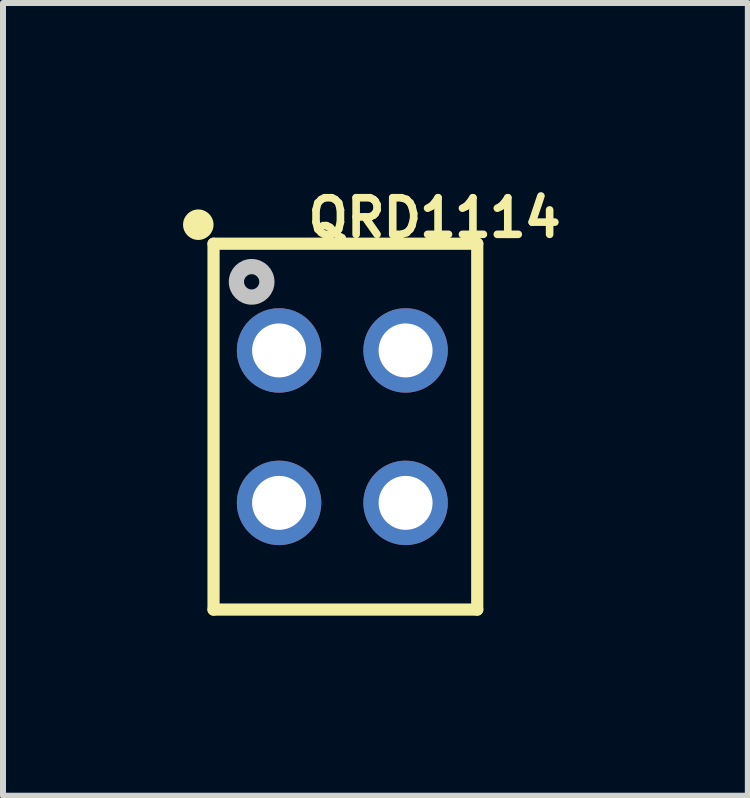
<source format=kicad_pcb>
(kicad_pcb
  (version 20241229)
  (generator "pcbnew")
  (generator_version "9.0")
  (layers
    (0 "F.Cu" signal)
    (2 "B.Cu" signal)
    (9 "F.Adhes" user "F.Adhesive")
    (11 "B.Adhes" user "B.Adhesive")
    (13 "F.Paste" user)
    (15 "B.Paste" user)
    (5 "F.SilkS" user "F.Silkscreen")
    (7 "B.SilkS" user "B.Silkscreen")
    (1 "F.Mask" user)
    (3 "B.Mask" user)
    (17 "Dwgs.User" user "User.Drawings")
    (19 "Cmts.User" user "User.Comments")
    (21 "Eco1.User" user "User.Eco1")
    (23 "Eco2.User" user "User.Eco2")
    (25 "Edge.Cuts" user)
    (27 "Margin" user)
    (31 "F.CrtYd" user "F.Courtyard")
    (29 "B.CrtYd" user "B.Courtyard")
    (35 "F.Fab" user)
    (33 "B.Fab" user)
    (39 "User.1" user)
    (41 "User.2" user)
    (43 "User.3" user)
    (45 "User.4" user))
  (footprint "QRD1114"
    (layer "F.Cu")
    (at 2.667 4.059)
    (property "Reference" "QRD1114" (at 1.524 -3.48 0) (layer "F.SilkS") (effects (font (size 0.61 0.61) (thickness 0.127))))
    (attr exclude_from_pos_files exclude_from_bom)
    (fp_line (start -2.159 -3.048) (end -2.159 3.048) (stroke (width 0.203) (type solid)) (layer "F.SilkS"))
    (fp_line (start -2.159 -3.048) (end 2.235 -3.048) (stroke (width 0.203) (type solid)) (layer "F.SilkS"))
    (fp_line (start -2.159 3.048) (end 2.235 3.048) (stroke (width 0.203) (type solid)) (layer "F.SilkS"))
    (fp_line (start 2.235 -3.048) (end 2.235 3.048) (stroke (width 0.203) (type solid)) (layer "F.SilkS"))
    (fp_circle (center -2.413 -3.365) (end -2.413 -3.619) (stroke (width 0) (type solid)) (fill yes) (layer "F.SilkS"))
    (fp_circle (center -1.524 -2.413) (end -1.524 -2.667) (stroke (width 0.254) (type solid)) (fill no) (layer "Dwgs.User"))
    (pad "1" thru_hole circle (at -1.067 -1.27) (size 1.407 1.407) (drill 0.899) (layers "*.Cu" "*.Paste" "*.Mask"))
    (pad "2" thru_hole circle (at -1.067 1.27) (size 1.407 1.407) (drill 0.899) (layers "*.Cu" "*.Paste" "*.Mask"))
    (pad "3" thru_hole circle (at 1.041 1.27) (size 1.407 1.407) (drill 0.899) (layers "*.Cu" "*.Paste" "*.Mask"))
    (pad "4" thru_hole circle (at 1.041 -1.27) (size 1.407 1.407) (drill 0.899) (layers "*.Cu" "*.Paste" "*.Mask")))
  (gr_rect
    (start -3 -3)
    (end 9.411 10.209)
    (stroke (width 0.1) (type default))
    (fill no)
    (layer "Edge.Cuts")))
</source>
